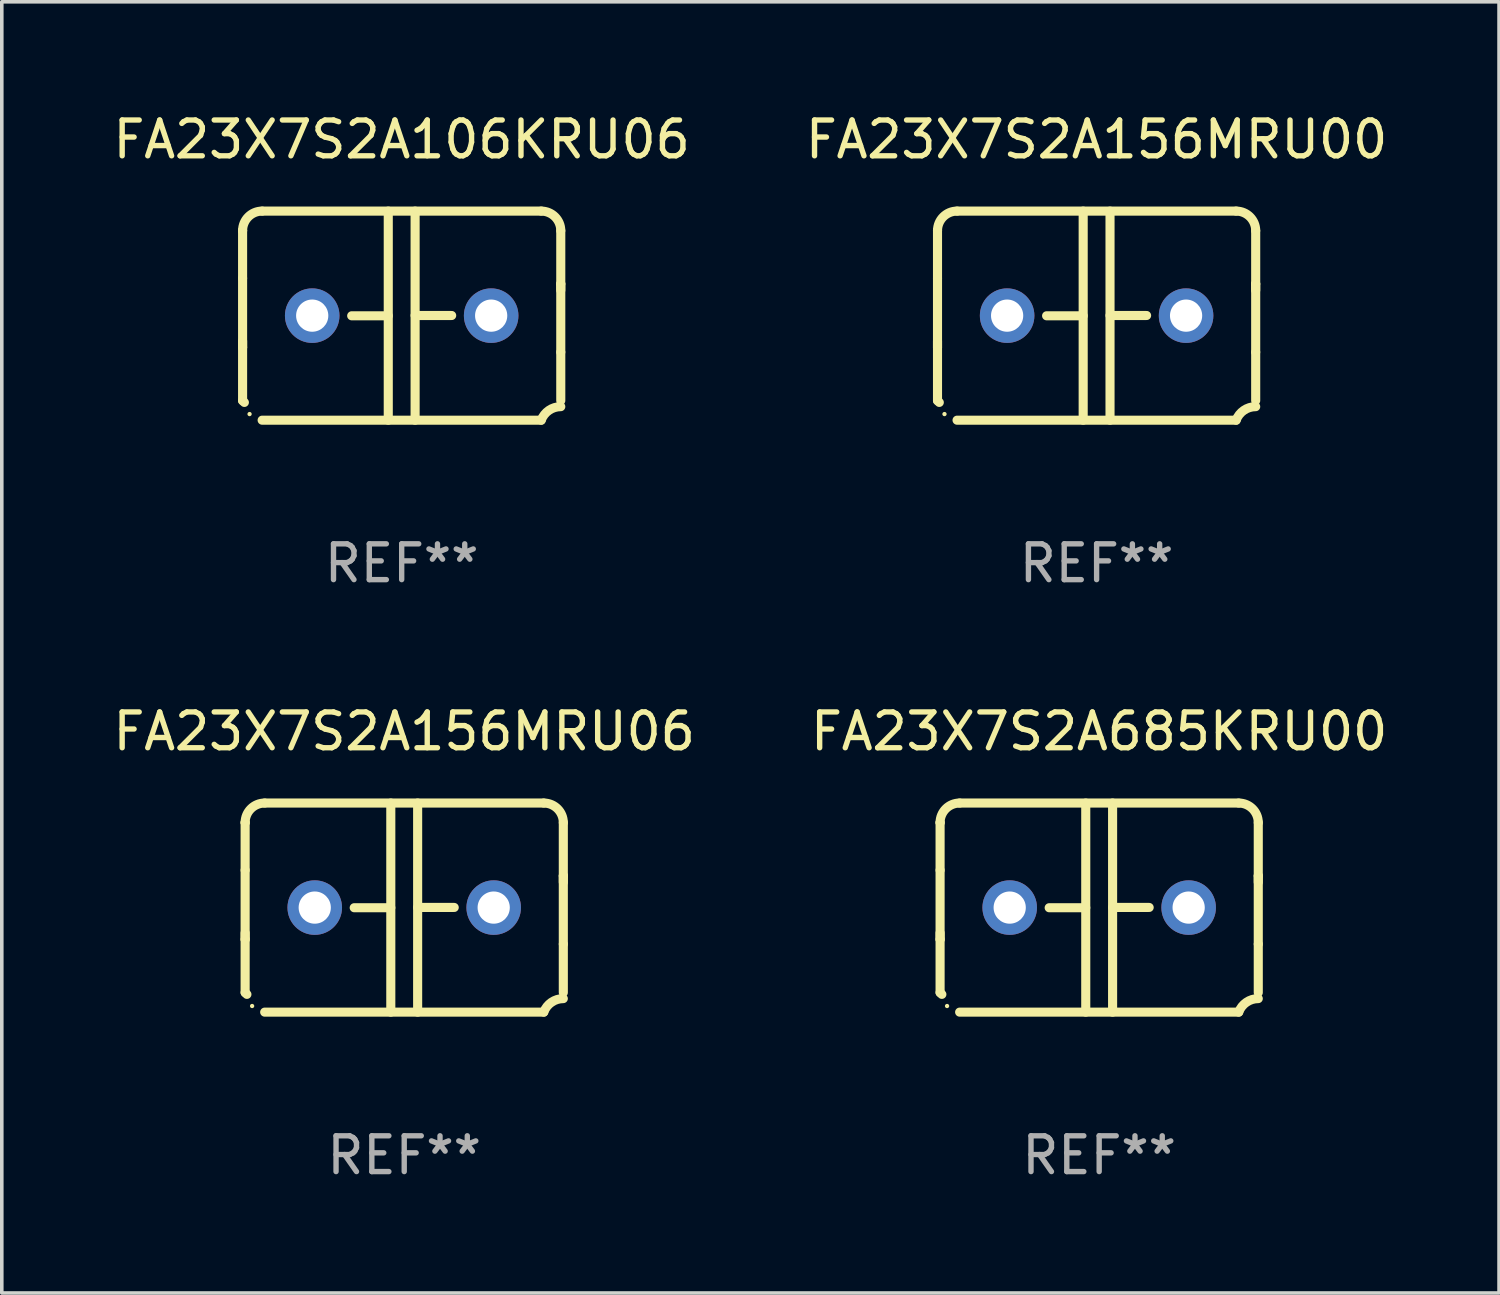
<source format=kicad_pcb>
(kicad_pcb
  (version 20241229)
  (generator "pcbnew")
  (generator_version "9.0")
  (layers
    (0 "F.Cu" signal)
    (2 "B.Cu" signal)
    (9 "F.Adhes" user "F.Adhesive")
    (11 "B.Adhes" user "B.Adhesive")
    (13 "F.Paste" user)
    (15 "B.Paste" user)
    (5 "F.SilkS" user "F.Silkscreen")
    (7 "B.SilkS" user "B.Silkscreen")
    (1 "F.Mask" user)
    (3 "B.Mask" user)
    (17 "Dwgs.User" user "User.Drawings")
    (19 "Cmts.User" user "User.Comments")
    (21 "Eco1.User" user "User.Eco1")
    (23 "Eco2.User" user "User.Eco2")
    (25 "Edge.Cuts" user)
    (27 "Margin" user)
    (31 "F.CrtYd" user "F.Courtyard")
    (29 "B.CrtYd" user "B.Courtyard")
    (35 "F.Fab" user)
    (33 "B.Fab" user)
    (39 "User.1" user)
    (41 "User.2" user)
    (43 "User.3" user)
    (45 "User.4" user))
  (footprint "FA23X7S2A685KRU00"
    (layer "F.Cu")
    (at 27.661 22.308)
    (property "Reference" "FA23X7S2A685KRU00" (at 0 -4.921 0) (layer "F.SilkS") (effects (font (size 1 1) (thickness 0.15))))
    (attr through_hole)
    (fp_line (start -4.445 2.375) (end -4.445 0.889) (stroke (width 0.254) (type solid)) (layer "F.SilkS"))
    (fp_line (start -4.445 -2.375) (end -4.445 -2.375) (stroke (width 0.254) (type solid)) (layer "F.SilkS"))
    (fp_line (start -4.445 -1.045) (end -4.445 -2.375) (stroke (width 0.254) (type solid)) (layer "F.SilkS"))
    (fp_line (start -4.445 -1.045) (end -4.445 0.889) (stroke (width 0.254) (type solid)) (layer "F.SilkS"))
    (fp_line (start -4.445 0.889) (end -4.445 0.708) (stroke (width 0.254) (type solid)) (layer "F.SilkS"))
    (fp_line (start -3.899 -2.921) (end 3.899 -2.921) (stroke (width 0.254) (type solid)) (layer "F.SilkS"))
    (fp_line (start -0.375 0.004) (end -1.397 0.004) (stroke (width 0.254) (type solid)) (layer "F.SilkS"))
    (fp_line (start -0.375 2.921) (end -0.375 -2.921) (stroke (width 0.254) (type solid)) (layer "F.SilkS"))
    (fp_line (start 0.375 -2.921) (end 0.375 2.921) (stroke (width 0.254) (type solid)) (layer "F.SilkS"))
    (fp_line (start 0.375 -0.004) (end 1.397 -0.004) (stroke (width 0.254) (type solid)) (layer "F.SilkS"))
    (fp_line (start 3.899 2.921) (end -3.899 2.921) (stroke (width 0.254) (type solid)) (layer "F.SilkS"))
    (fp_line (start 4.445 -0.889) (end 4.445 -0.708) (stroke (width 0.254) (type solid)) (layer "F.SilkS"))
    (fp_line (start 4.445 -0.889) (end 4.445 1.02) (stroke (width 0.254) (type solid)) (layer "F.SilkS"))
    (fp_line (start 4.445 1.02) (end 4.445 2.375) (stroke (width 0.254) (type solid)) (layer "F.SilkS"))
    (fp_line (start 4.445 -2.375) (end 4.445 -0.889) (stroke (width 0.254) (type solid)) (layer "F.SilkS"))
    (fp_arc (start -4.445034 -2.374778) (mid -4.285049 -2.761028) (end -3.898806 -2.921031) (stroke (width 0.254001) (type solid)) (layer "F.SilkS"))
    (fp_arc (start -4.445034 2.374803) (mid -4.4201 2.399713) (end -4.395166 2.424624) (stroke (width 0.254001) (type solid)) (layer "F.SilkS"))
    (fp_arc (start 3.898781 -2.921031) (mid 4.285035 -2.76105) (end 4.445034 -2.374803) (stroke (width 0.254001) (type solid)) (layer "F.SilkS"))
    (fp_arc (start 3.898806 2.921031) (mid 4.112864 2.64665) (end 4.445037 2.542888) (stroke (width 0.254001) (type solid)) (layer "F.SilkS"))
    (fp_circle (center -4.25 2.75) (end -4.22 2.75) (stroke (width 0.06) (type solid)) (fill no) (layer "F.SilkS"))
    (fp_text user "REF**" (at 0 6.921 0) (layer "F.Fab") (effects (font (size 1 1) (thickness 0.15))))
    (pad "1" thru_hole circle (at -2.5 0) (size 1.524 1.524) (drill 0.9) (layers "*.Cu" "*.Mask"))
    (pad "2" thru_hole circle (at 2.5 0) (size 1.524 1.524) (drill 0.9) (layers "*.Cu" "*.Mask")))
  (footprint "FA23X7S2A156MRU06"
    (layer "F.Cu")
    (at 8.244 22.308)
    (property "Reference" "FA23X7S2A156MRU06" (at 0 -4.921 0) (layer "F.SilkS") (effects (font (size 1 1) (thickness 0.15))))
    (attr through_hole)
    (fp_line (start -4.445 2.375) (end -4.445 0.889) (stroke (width 0.254) (type solid)) (layer "F.SilkS"))
    (fp_line (start -4.445 -2.375) (end -4.445 -2.375) (stroke (width 0.254) (type solid)) (layer "F.SilkS"))
    (fp_line (start -4.445 -1.045) (end -4.445 -2.375) (stroke (width 0.254) (type solid)) (layer "F.SilkS"))
    (fp_line (start -4.445 -1.045) (end -4.445 0.889) (stroke (width 0.254) (type solid)) (layer "F.SilkS"))
    (fp_line (start -4.445 0.889) (end -4.445 0.708) (stroke (width 0.254) (type solid)) (layer "F.SilkS"))
    (fp_line (start -3.899 -2.921) (end 3.899 -2.921) (stroke (width 0.254) (type solid)) (layer "F.SilkS"))
    (fp_line (start -0.375 0.004) (end -1.397 0.004) (stroke (width 0.254) (type solid)) (layer "F.SilkS"))
    (fp_line (start -0.375 2.921) (end -0.375 -2.921) (stroke (width 0.254) (type solid)) (layer "F.SilkS"))
    (fp_line (start 0.375 -2.921) (end 0.375 2.921) (stroke (width 0.254) (type solid)) (layer "F.SilkS"))
    (fp_line (start 0.375 -0.004) (end 1.397 -0.004) (stroke (width 0.254) (type solid)) (layer "F.SilkS"))
    (fp_line (start 3.899 2.921) (end -3.899 2.921) (stroke (width 0.254) (type solid)) (layer "F.SilkS"))
    (fp_line (start 4.445 -0.889) (end 4.445 -0.708) (stroke (width 0.254) (type solid)) (layer "F.SilkS"))
    (fp_line (start 4.445 -0.889) (end 4.445 1.02) (stroke (width 0.254) (type solid)) (layer "F.SilkS"))
    (fp_line (start 4.445 1.02) (end 4.445 2.375) (stroke (width 0.254) (type solid)) (layer "F.SilkS"))
    (fp_line (start 4.445 -2.375) (end 4.445 -0.889) (stroke (width 0.254) (type solid)) (layer "F.SilkS"))
    (fp_arc (start -4.445034 -2.374778) (mid -4.285049 -2.761028) (end -3.898806 -2.921031) (stroke (width 0.254001) (type solid)) (layer "F.SilkS"))
    (fp_arc (start -4.445034 2.374803) (mid -4.4201 2.399713) (end -4.395166 2.424624) (stroke (width 0.254001) (type solid)) (layer "F.SilkS"))
    (fp_arc (start 3.898781 -2.921031) (mid 4.285035 -2.76105) (end 4.445034 -2.374803) (stroke (width 0.254001) (type solid)) (layer "F.SilkS"))
    (fp_arc (start 3.898806 2.921031) (mid 4.112864 2.64665) (end 4.445037 2.542888) (stroke (width 0.254001) (type solid)) (layer "F.SilkS"))
    (fp_circle (center -4.25 2.75) (end -4.22 2.75) (stroke (width 0.06) (type solid)) (fill no) (layer "F.SilkS"))
    (fp_text user "REF**" (at 0 6.921 0) (layer "F.Fab") (effects (font (size 1 1) (thickness 0.15))))
    (pad "1" thru_hole circle (at -2.5 0) (size 1.524 1.524) (drill 0.9) (layers "*.Cu" "*.Mask"))
    (pad "2" thru_hole circle (at 2.5 0) (size 1.524 1.524) (drill 0.9) (layers "*.Cu" "*.Mask")))
  (footprint "FA23X7S2A106KRU06"
    (layer "F.Cu")
    (at 8.173 5.769)
    (property "Reference" "FA23X7S2A106KRU06" (at 0 -4.921 0) (layer "F.SilkS") (effects (font (size 1 1) (thickness 0.15))))
    (attr through_hole)
    (fp_line (start -4.445 2.375) (end -4.445 0.889) (stroke (width 0.254) (type solid)) (layer "F.SilkS"))
    (fp_line (start -4.445 -2.375) (end -4.445 -2.375) (stroke (width 0.254) (type solid)) (layer "F.SilkS"))
    (fp_line (start -4.445 -1.045) (end -4.445 -2.375) (stroke (width 0.254) (type solid)) (layer "F.SilkS"))
    (fp_line (start -4.445 -1.045) (end -4.445 0.889) (stroke (width 0.254) (type solid)) (layer "F.SilkS"))
    (fp_line (start -4.445 0.889) (end -4.445 0.708) (stroke (width 0.254) (type solid)) (layer "F.SilkS"))
    (fp_line (start -3.899 -2.921) (end 3.899 -2.921) (stroke (width 0.254) (type solid)) (layer "F.SilkS"))
    (fp_line (start -0.375 0.004) (end -1.397 0.004) (stroke (width 0.254) (type solid)) (layer "F.SilkS"))
    (fp_line (start -0.375 2.921) (end -0.375 -2.921) (stroke (width 0.254) (type solid)) (layer "F.SilkS"))
    (fp_line (start 0.375 -2.921) (end 0.375 2.921) (stroke (width 0.254) (type solid)) (layer "F.SilkS"))
    (fp_line (start 0.375 -0.004) (end 1.397 -0.004) (stroke (width 0.254) (type solid)) (layer "F.SilkS"))
    (fp_line (start 3.899 2.921) (end -3.899 2.921) (stroke (width 0.254) (type solid)) (layer "F.SilkS"))
    (fp_line (start 4.445 -0.889) (end 4.445 -0.708) (stroke (width 0.254) (type solid)) (layer "F.SilkS"))
    (fp_line (start 4.445 -0.889) (end 4.445 1.02) (stroke (width 0.254) (type solid)) (layer "F.SilkS"))
    (fp_line (start 4.445 1.02) (end 4.445 2.375) (stroke (width 0.254) (type solid)) (layer "F.SilkS"))
    (fp_line (start 4.445 -2.375) (end 4.445 -0.889) (stroke (width 0.254) (type solid)) (layer "F.SilkS"))
    (fp_arc (start -4.445034 -2.374778) (mid -4.285049 -2.761028) (end -3.898806 -2.921031) (stroke (width 0.254001) (type solid)) (layer "F.SilkS"))
    (fp_arc (start -4.445034 2.374803) (mid -4.4201 2.399713) (end -4.395166 2.424624) (stroke (width 0.254001) (type solid)) (layer "F.SilkS"))
    (fp_arc (start 3.898781 -2.921031) (mid 4.285035 -2.76105) (end 4.445034 -2.374803) (stroke (width 0.254001) (type solid)) (layer "F.SilkS"))
    (fp_arc (start 3.898806 2.921031) (mid 4.112864 2.64665) (end 4.445037 2.542888) (stroke (width 0.254001) (type solid)) (layer "F.SilkS"))
    (fp_circle (center -4.25 2.75) (end -4.22 2.75) (stroke (width 0.06) (type solid)) (fill no) (layer "F.SilkS"))
    (fp_text user "REF**" (at 0 6.921 0) (layer "F.Fab") (effects (font (size 1 1) (thickness 0.15))))
    (pad "1" thru_hole circle (at -2.5 0) (size 1.524 1.524) (drill 0.9) (layers "*.Cu" "*.Mask"))
    (pad "2" thru_hole circle (at 2.5 0) (size 1.524 1.524) (drill 0.9) (layers "*.Cu" "*.Mask")))
  (footprint "FA23X7S2A156MRU00"
    (layer "F.Cu")
    (at 27.589 5.769)
    (property "Reference" "FA23X7S2A156MRU00" (at 0 -4.921 0) (layer "F.SilkS") (effects (font (size 1 1) (thickness 0.15))))
    (attr through_hole)
    (fp_line (start -4.445 2.375) (end -4.445 0.889) (stroke (width 0.254) (type solid)) (layer "F.SilkS"))
    (fp_line (start -4.445 -2.375) (end -4.445 -2.375) (stroke (width 0.254) (type solid)) (layer "F.SilkS"))
    (fp_line (start -4.445 -1.045) (end -4.445 -2.375) (stroke (width 0.254) (type solid)) (layer "F.SilkS"))
    (fp_line (start -4.445 -1.045) (end -4.445 0.889) (stroke (width 0.254) (type solid)) (layer "F.SilkS"))
    (fp_line (start -4.445 0.889) (end -4.445 0.708) (stroke (width 0.254) (type solid)) (layer "F.SilkS"))
    (fp_line (start -3.899 -2.921) (end 3.899 -2.921) (stroke (width 0.254) (type solid)) (layer "F.SilkS"))
    (fp_line (start -0.375 0.004) (end -1.397 0.004) (stroke (width 0.254) (type solid)) (layer "F.SilkS"))
    (fp_line (start -0.375 2.921) (end -0.375 -2.921) (stroke (width 0.254) (type solid)) (layer "F.SilkS"))
    (fp_line (start 0.375 -2.921) (end 0.375 2.921) (stroke (width 0.254) (type solid)) (layer "F.SilkS"))
    (fp_line (start 0.375 -0.004) (end 1.397 -0.004) (stroke (width 0.254) (type solid)) (layer "F.SilkS"))
    (fp_line (start 3.899 2.921) (end -3.899 2.921) (stroke (width 0.254) (type solid)) (layer "F.SilkS"))
    (fp_line (start 4.445 -0.889) (end 4.445 -0.708) (stroke (width 0.254) (type solid)) (layer "F.SilkS"))
    (fp_line (start 4.445 -0.889) (end 4.445 1.02) (stroke (width 0.254) (type solid)) (layer "F.SilkS"))
    (fp_line (start 4.445 1.02) (end 4.445 2.375) (stroke (width 0.254) (type solid)) (layer "F.SilkS"))
    (fp_line (start 4.445 -2.375) (end 4.445 -0.889) (stroke (width 0.254) (type solid)) (layer "F.SilkS"))
    (fp_arc (start -4.445034 -2.374778) (mid -4.285049 -2.761028) (end -3.898806 -2.921031) (stroke (width 0.254001) (type solid)) (layer "F.SilkS"))
    (fp_arc (start -4.445034 2.374803) (mid -4.4201 2.399713) (end -4.395166 2.424624) (stroke (width 0.254001) (type solid)) (layer "F.SilkS"))
    (fp_arc (start 3.898781 -2.921031) (mid 4.285035 -2.76105) (end 4.445034 -2.374803) (stroke (width 0.254001) (type solid)) (layer "F.SilkS"))
    (fp_arc (start 3.898806 2.921031) (mid 4.112864 2.64665) (end 4.445037 2.542888) (stroke (width 0.254001) (type solid)) (layer "F.SilkS"))
    (fp_circle (center -4.25 2.75) (end -4.22 2.75) (stroke (width 0.06) (type solid)) (fill no) (layer "F.SilkS"))
    (fp_text user "REF**" (at 0 6.921 0) (layer "F.Fab") (effects (font (size 1 1) (thickness 0.15))))
    (pad "1" thru_hole circle (at -2.5 0) (size 1.524 1.524) (drill 0.9) (layers "*.Cu" "*.Mask"))
    (pad "2" thru_hole circle (at 2.5 0) (size 1.524 1.524) (drill 0.9) (layers "*.Cu" "*.Mask")))
  (gr_rect
    (start -3 -3)
    (end 38.833 33.077)
    (stroke (width 0.1) (type default))
    (fill no)
    (layer "Edge.Cuts")))
</source>
